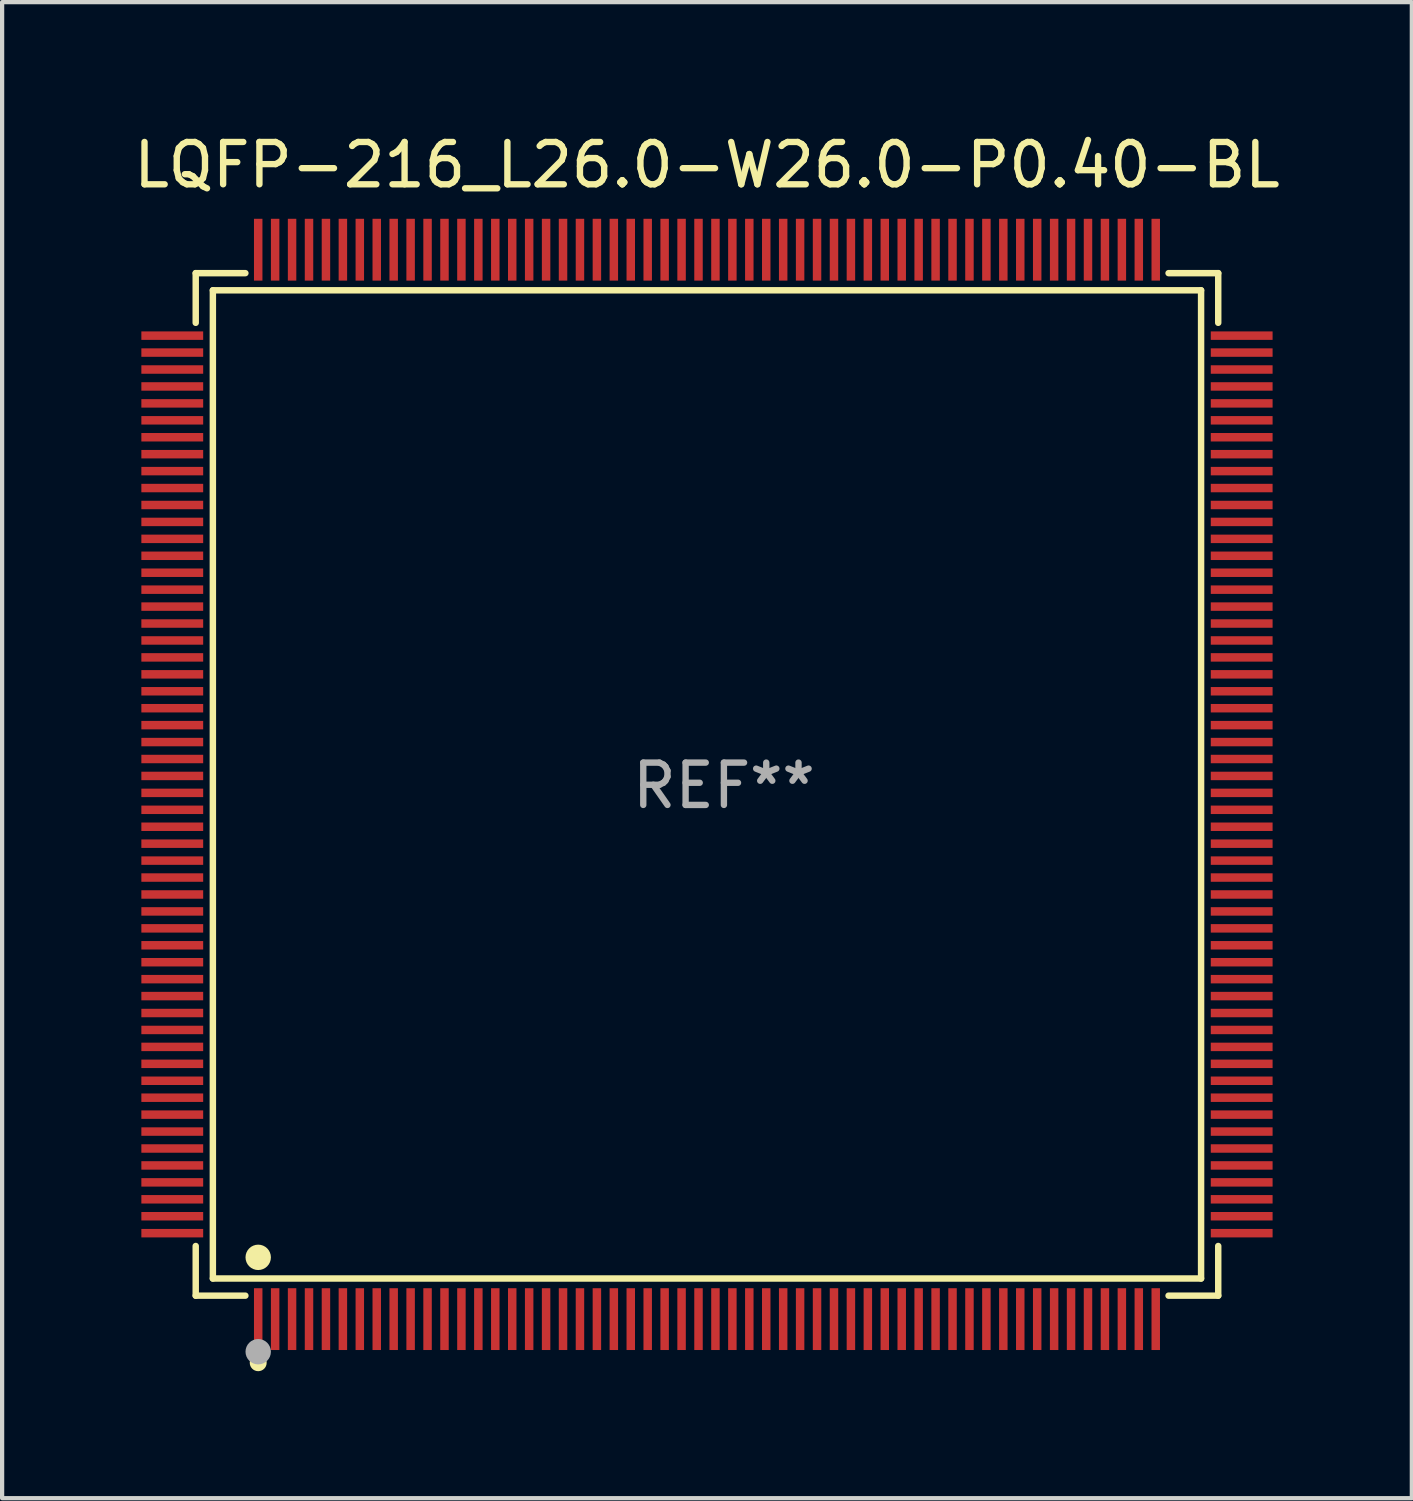
<source format=kicad_pcb>
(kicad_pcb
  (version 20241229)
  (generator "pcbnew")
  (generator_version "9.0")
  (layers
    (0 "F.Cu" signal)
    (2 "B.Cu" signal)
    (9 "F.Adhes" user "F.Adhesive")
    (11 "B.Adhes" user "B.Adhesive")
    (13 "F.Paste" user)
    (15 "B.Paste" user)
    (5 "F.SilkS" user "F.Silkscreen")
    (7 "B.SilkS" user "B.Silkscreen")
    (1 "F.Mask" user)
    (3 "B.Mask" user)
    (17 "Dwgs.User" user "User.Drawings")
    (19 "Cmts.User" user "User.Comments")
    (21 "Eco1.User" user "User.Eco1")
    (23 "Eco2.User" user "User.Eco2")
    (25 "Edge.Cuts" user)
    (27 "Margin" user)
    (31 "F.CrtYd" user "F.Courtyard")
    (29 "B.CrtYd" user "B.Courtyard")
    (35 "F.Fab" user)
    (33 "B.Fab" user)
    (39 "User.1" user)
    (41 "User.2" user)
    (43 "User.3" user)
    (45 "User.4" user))
  (footprint "LQFP-216_L26.0-W26.0-P0.40-BL"
    (layer "F.Cu")
    (at 13.649 15.478)
    (property "Reference" "LQFP-216_L26.0-W26.0-P0.40-BL" (at 0 -14.63 0) (layer "F.SilkS") (effects (font (size 1 1) (thickness 0.15))))
    (attr through_hole)
    (fp_line (start -12.076 -12.076) (end -10.903 -12.076) (stroke (width 0.152) (type solid)) (layer "F.SilkS"))
    (fp_line (start -12.076 -10.903) (end -12.076 -12.076) (stroke (width 0.152) (type solid)) (layer "F.SilkS"))
    (fp_line (start -12.076 10.903) (end -12.076 12.076) (stroke (width 0.152) (type solid)) (layer "F.SilkS"))
    (fp_line (start -12.076 12.076) (end -10.903 12.076) (stroke (width 0.152) (type solid)) (layer "F.SilkS"))
    (fp_line (start -11.671 -11.671) (end 11.671 -11.671) (stroke (width 0.152) (type solid)) (layer "F.SilkS"))
    (fp_line (start -11.671 11.671) (end -11.671 -11.671) (stroke (width 0.152) (type solid)) (layer "F.SilkS"))
    (fp_line (start 11.671 -11.671) (end 11.671 11.671) (stroke (width 0.152) (type solid)) (layer "F.SilkS"))
    (fp_line (start 11.671 11.671) (end -11.671 11.671) (stroke (width 0.152) (type solid)) (layer "F.SilkS"))
    (fp_line (start 12.076 -12.076) (end 10.903 -12.076) (stroke (width 0.152) (type solid)) (layer "F.SilkS"))
    (fp_line (start 12.076 -10.903) (end 12.076 -12.076) (stroke (width 0.152) (type solid)) (layer "F.SilkS"))
    (fp_line (start 12.076 10.903) (end 12.076 12.076) (stroke (width 0.152) (type solid)) (layer "F.SilkS"))
    (fp_line (start 12.076 12.076) (end 10.903 12.076) (stroke (width 0.152) (type solid)) (layer "F.SilkS"))
    (fp_circle (center -10.6 11.171) (end -10.45 11.171) (stroke (width 0.3) (type solid)) (fill no) (layer "F.SilkS"))
    (fp_circle (center -10.6 13.66) (end -10.5 13.66) (stroke (width 0.2) (type solid)) (fill no) (layer "F.SilkS"))
    (fp_circle (center -10.6 13.4) (end -10.45 13.4) (stroke (width 0.3) (type solid)) (fill no) (layer "F.Fab"))
    (fp_text user "REF**" (at 0.4 0.03 0) (layer "F.Fab") (effects (font (size 1 1) (thickness 0.15))))
    (pad "1" smd rect (at -10.6 12.63) (size 0.2 1.46) (layers "F.Cu" "F.Mask" "F.Paste"))
    (pad "2" smd rect (at -10.2 12.63) (size 0.2 1.46) (layers "F.Cu" "F.Mask" "F.Paste"))
    (pad "3" smd rect (at -9.8 12.63) (size 0.2 1.46) (layers "F.Cu" "F.Mask" "F.Paste"))
    (pad "4" smd rect (at -9.4 12.63) (size 0.2 1.46) (layers "F.Cu" "F.Mask" "F.Paste"))
    (pad "5" smd rect (at -9 12.63) (size 0.2 1.46) (layers "F.Cu" "F.Mask" "F.Paste"))
    (pad "6" smd rect (at -8.6 12.63) (size 0.2 1.46) (layers "F.Cu" "F.Mask" "F.Paste"))
    (pad "7" smd rect (at -8.2 12.63) (size 0.2 1.46) (layers "F.Cu" "F.Mask" "F.Paste"))
    (pad "8" smd rect (at -7.8 12.63) (size 0.2 1.46) (layers "F.Cu" "F.Mask" "F.Paste"))
    (pad "9" smd rect (at -7.4 12.63) (size 0.2 1.46) (layers "F.Cu" "F.Mask" "F.Paste"))
    (pad "10" smd rect (at -7 12.63) (size 0.2 1.46) (layers "F.Cu" "F.Mask" "F.Paste"))
    (pad "11" smd rect (at -6.6 12.63) (size 0.2 1.46) (layers "F.Cu" "F.Mask" "F.Paste"))
    (pad "12" smd rect (at -6.2 12.63) (size 0.2 1.46) (layers "F.Cu" "F.Mask" "F.Paste"))
    (pad "13" smd rect (at -5.8 12.63) (size 0.2 1.46) (layers "F.Cu" "F.Mask" "F.Paste"))
    (pad "14" smd rect (at -5.4 12.63) (size 0.2 1.46) (layers "F.Cu" "F.Mask" "F.Paste"))
    (pad "15" smd rect (at -5 12.63) (size 0.2 1.46) (layers "F.Cu" "F.Mask" "F.Paste"))
    (pad "16" smd rect (at -4.6 12.63) (size 0.2 1.46) (layers "F.Cu" "F.Mask" "F.Paste"))
    (pad "17" smd rect (at -4.2 12.63) (size 0.2 1.46) (layers "F.Cu" "F.Mask" "F.Paste"))
    (pad "18" smd rect (at -3.8 12.63) (size 0.2 1.46) (layers "F.Cu" "F.Mask" "F.Paste"))
    (pad "19" smd rect (at -3.4 12.63) (size 0.2 1.46) (layers "F.Cu" "F.Mask" "F.Paste"))
    (pad "20" smd rect (at -3 12.63) (size 0.2 1.46) (layers "F.Cu" "F.Mask" "F.Paste"))
    (pad "21" smd rect (at -2.6 12.63) (size 0.2 1.46) (layers "F.Cu" "F.Mask" "F.Paste"))
    (pad "22" smd rect (at -2.2 12.63) (size 0.2 1.46) (layers "F.Cu" "F.Mask" "F.Paste"))
    (pad "23" smd rect (at -1.8 12.63) (size 0.2 1.46) (layers "F.Cu" "F.Mask" "F.Paste"))
    (pad "24" smd rect (at -1.4 12.63) (size 0.2 1.46) (layers "F.Cu" "F.Mask" "F.Paste"))
    (pad "25" smd rect (at -1 12.63) (size 0.2 1.46) (layers "F.Cu" "F.Mask" "F.Paste"))
    (pad "26" smd rect (at -0.6 12.63) (size 0.2 1.46) (layers "F.Cu" "F.Mask" "F.Paste"))
    (pad "27" smd rect (at -0.2 12.63) (size 0.2 1.46) (layers "F.Cu" "F.Mask" "F.Paste"))
    (pad "28" smd rect (at 0.2 12.63) (size 0.2 1.46) (layers "F.Cu" "F.Mask" "F.Paste"))
    (pad "29" smd rect (at 0.6 12.63) (size 0.2 1.46) (layers "F.Cu" "F.Mask" "F.Paste"))
    (pad "30" smd rect (at 1 12.63) (size 0.2 1.46) (layers "F.Cu" "F.Mask" "F.Paste"))
    (pad "31" smd rect (at 1.4 12.63) (size 0.2 1.46) (layers "F.Cu" "F.Mask" "F.Paste"))
    (pad "32" smd rect (at 1.8 12.63) (size 0.2 1.46) (layers "F.Cu" "F.Mask" "F.Paste"))
    (pad "33" smd rect (at 2.2 12.63) (size 0.2 1.46) (layers "F.Cu" "F.Mask" "F.Paste"))
    (pad "34" smd rect (at 2.6 12.63) (size 0.2 1.46) (layers "F.Cu" "F.Mask" "F.Paste"))
    (pad "35" smd rect (at 3 12.63) (size 0.2 1.46) (layers "F.Cu" "F.Mask" "F.Paste"))
    (pad "36" smd rect (at 3.4 12.63) (size 0.2 1.46) (layers "F.Cu" "F.Mask" "F.Paste"))
    (pad "37" smd rect (at 3.8 12.63) (size 0.2 1.46) (layers "F.Cu" "F.Mask" "F.Paste"))
    (pad "38" smd rect (at 4.2 12.63) (size 0.2 1.46) (layers "F.Cu" "F.Mask" "F.Paste"))
    (pad "39" smd rect (at 4.6 12.63) (size 0.2 1.46) (layers "F.Cu" "F.Mask" "F.Paste"))
    (pad "40" smd rect (at 5 12.63) (size 0.2 1.46) (layers "F.Cu" "F.Mask" "F.Paste"))
    (pad "41" smd rect (at 5.4 12.63) (size 0.2 1.46) (layers "F.Cu" "F.Mask" "F.Paste"))
    (pad "42" smd rect (at 5.8 12.63) (size 0.2 1.46) (layers "F.Cu" "F.Mask" "F.Paste"))
    (pad "43" smd rect (at 6.2 12.63) (size 0.2 1.46) (layers "F.Cu" "F.Mask" "F.Paste"))
    (pad "44" smd rect (at 6.6 12.63) (size 0.2 1.46) (layers "F.Cu" "F.Mask" "F.Paste"))
    (pad "45" smd rect (at 7 12.63) (size 0.2 1.46) (layers "F.Cu" "F.Mask" "F.Paste"))
    (pad "46" smd rect (at 7.4 12.63) (size 0.2 1.46) (layers "F.Cu" "F.Mask" "F.Paste"))
    (pad "47" smd rect (at 7.8 12.63) (size 0.2 1.46) (layers "F.Cu" "F.Mask" "F.Paste"))
    (pad "48" smd rect (at 8.2 12.63) (size 0.2 1.46) (layers "F.Cu" "F.Mask" "F.Paste"))
    (pad "49" smd rect (at 8.6 12.63) (size 0.2 1.46) (layers "F.Cu" "F.Mask" "F.Paste"))
    (pad "50" smd rect (at 9 12.63) (size 0.2 1.46) (layers "F.Cu" "F.Mask" "F.Paste"))
    (pad "51" smd rect (at 9.4 12.63) (size 0.2 1.46) (layers "F.Cu" "F.Mask" "F.Paste"))
    (pad "52" smd rect (at 9.8 12.63) (size 0.2 1.46) (layers "F.Cu" "F.Mask" "F.Paste"))
    (pad "53" smd rect (at 10.2 12.63) (size 0.2 1.46) (layers "F.Cu" "F.Mask" "F.Paste"))
    (pad "54" smd rect (at 10.6 12.63) (size 0.2 1.46) (layers "F.Cu" "F.Mask" "F.Paste"))
    (pad "55" smd rect (at 12.63 10.6) (size 1.46 0.2) (layers "F.Cu" "F.Mask" "F.Paste"))
    (pad "56" smd rect (at 12.63 10.2) (size 1.46 0.2) (layers "F.Cu" "F.Mask" "F.Paste"))
    (pad "57" smd rect (at 12.63 9.8) (size 1.46 0.2) (layers "F.Cu" "F.Mask" "F.Paste"))
    (pad "58" smd rect (at 12.63 9.4) (size 1.46 0.2) (layers "F.Cu" "F.Mask" "F.Paste"))
    (pad "59" smd rect (at 12.63 9) (size 1.46 0.2) (layers "F.Cu" "F.Mask" "F.Paste"))
    (pad "60" smd rect (at 12.63 8.6) (size 1.46 0.2) (layers "F.Cu" "F.Mask" "F.Paste"))
    (pad "61" smd rect (at 12.63 8.2) (size 1.46 0.2) (layers "F.Cu" "F.Mask" "F.Paste"))
    (pad "62" smd rect (at 12.63 7.8) (size 1.46 0.2) (layers "F.Cu" "F.Mask" "F.Paste"))
    (pad "63" smd rect (at 12.63 7.4) (size 1.46 0.2) (layers "F.Cu" "F.Mask" "F.Paste"))
    (pad "64" smd rect (at 12.63 7) (size 1.46 0.2) (layers "F.Cu" "F.Mask" "F.Paste"))
    (pad "65" smd rect (at 12.63 6.6) (size 1.46 0.2) (layers "F.Cu" "F.Mask" "F.Paste"))
    (pad "66" smd rect (at 12.63 6.2) (size 1.46 0.2) (layers "F.Cu" "F.Mask" "F.Paste"))
    (pad "67" smd rect (at 12.63 5.8) (size 1.46 0.2) (layers "F.Cu" "F.Mask" "F.Paste"))
    (pad "68" smd rect (at 12.63 5.4) (size 1.46 0.2) (layers "F.Cu" "F.Mask" "F.Paste"))
    (pad "69" smd rect (at 12.63 5) (size 1.46 0.2) (layers "F.Cu" "F.Mask" "F.Paste"))
    (pad "70" smd rect (at 12.63 4.6) (size 1.46 0.2) (layers "F.Cu" "F.Mask" "F.Paste"))
    (pad "71" smd rect (at 12.63 4.2) (size 1.46 0.2) (layers "F.Cu" "F.Mask" "F.Paste"))
    (pad "72" smd rect (at 12.63 3.8) (size 1.46 0.2) (layers "F.Cu" "F.Mask" "F.Paste"))
    (pad "73" smd rect (at 12.63 3.4) (size 1.46 0.2) (layers "F.Cu" "F.Mask" "F.Paste"))
    (pad "74" smd rect (at 12.63 3) (size 1.46 0.2) (layers "F.Cu" "F.Mask" "F.Paste"))
    (pad "75" smd rect (at 12.63 2.6) (size 1.46 0.2) (layers "F.Cu" "F.Mask" "F.Paste"))
    (pad "76" smd rect (at 12.63 2.2) (size 1.46 0.2) (layers "F.Cu" "F.Mask" "F.Paste"))
    (pad "77" smd rect (at 12.63 1.8) (size 1.46 0.2) (layers "F.Cu" "F.Mask" "F.Paste"))
    (pad "78" smd rect (at 12.63 1.4) (size 1.46 0.2) (layers "F.Cu" "F.Mask" "F.Paste"))
    (pad "79" smd rect (at 12.63 1) (size 1.46 0.2) (layers "F.Cu" "F.Mask" "F.Paste"))
    (pad "80" smd rect (at 12.63 0.6) (size 1.46 0.2) (layers "F.Cu" "F.Mask" "F.Paste"))
    (pad "81" smd rect (at 12.63 0.2) (size 1.46 0.2) (layers "F.Cu" "F.Mask" "F.Paste"))
    (pad "82" smd rect (at 12.63 -0.2) (size 1.46 0.2) (layers "F.Cu" "F.Mask" "F.Paste"))
    (pad "83" smd rect (at 12.63 -0.6) (size 1.46 0.2) (layers "F.Cu" "F.Mask" "F.Paste"))
    (pad "84" smd rect (at 12.63 -1) (size 1.46 0.2) (layers "F.Cu" "F.Mask" "F.Paste"))
    (pad "85" smd rect (at 12.63 -1.4) (size 1.46 0.2) (layers "F.Cu" "F.Mask" "F.Paste"))
    (pad "86" smd rect (at 12.63 -1.8) (size 1.46 0.2) (layers "F.Cu" "F.Mask" "F.Paste"))
    (pad "87" smd rect (at 12.63 -2.2) (size 1.46 0.2) (layers "F.Cu" "F.Mask" "F.Paste"))
    (pad "88" smd rect (at 12.63 -2.6) (size 1.46 0.2) (layers "F.Cu" "F.Mask" "F.Paste"))
    (pad "89" smd rect (at 12.63 -3) (size 1.46 0.2) (layers "F.Cu" "F.Mask" "F.Paste"))
    (pad "90" smd rect (at 12.63 -3.4) (size 1.46 0.2) (layers "F.Cu" "F.Mask" "F.Paste"))
    (pad "91" smd rect (at 12.63 -3.8) (size 1.46 0.2) (layers "F.Cu" "F.Mask" "F.Paste"))
    (pad "92" smd rect (at 12.63 -4.2) (size 1.46 0.2) (layers "F.Cu" "F.Mask" "F.Paste"))
    (pad "93" smd rect (at 12.63 -4.6) (size 1.46 0.2) (layers "F.Cu" "F.Mask" "F.Paste"))
    (pad "94" smd rect (at 12.63 -5) (size 1.46 0.2) (layers "F.Cu" "F.Mask" "F.Paste"))
    (pad "95" smd rect (at 12.63 -5.4) (size 1.46 0.2) (layers "F.Cu" "F.Mask" "F.Paste"))
    (pad "96" smd rect (at 12.63 -5.8) (size 1.46 0.2) (layers "F.Cu" "F.Mask" "F.Paste"))
    (pad "97" smd rect (at 12.63 -6.2) (size 1.46 0.2) (layers "F.Cu" "F.Mask" "F.Paste"))
    (pad "98" smd rect (at 12.63 -6.6) (size 1.46 0.2) (layers "F.Cu" "F.Mask" "F.Paste"))
    (pad "99" smd rect (at 12.63 -7) (size 1.46 0.2) (layers "F.Cu" "F.Mask" "F.Paste"))
    (pad "100" smd rect (at 12.63 -7.4) (size 1.46 0.2) (layers "F.Cu" "F.Mask" "F.Paste"))
    (pad "101" smd rect (at 12.63 -7.8) (size 1.46 0.2) (layers "F.Cu" "F.Mask" "F.Paste"))
    (pad "102" smd rect (at 12.63 -8.2) (size 1.46 0.2) (layers "F.Cu" "F.Mask" "F.Paste"))
    (pad "103" smd rect (at 12.63 -8.6) (size 1.46 0.2) (layers "F.Cu" "F.Mask" "F.Paste"))
    (pad "104" smd rect (at 12.63 -9) (size 1.46 0.2) (layers "F.Cu" "F.Mask" "F.Paste"))
    (pad "105" smd rect (at 12.63 -9.4) (size 1.46 0.2) (layers "F.Cu" "F.Mask" "F.Paste"))
    (pad "106" smd rect (at 12.63 -9.8) (size 1.46 0.2) (layers "F.Cu" "F.Mask" "F.Paste"))
    (pad "107" smd rect (at 12.63 -10.2) (size 1.46 0.2) (layers "F.Cu" "F.Mask" "F.Paste"))
    (pad "108" smd rect (at 12.63 -10.6) (size 1.46 0.2) (layers "F.Cu" "F.Mask" "F.Paste"))
    (pad "109" smd rect (at 10.6 -12.63) (size 0.2 1.46) (layers "F.Cu" "F.Mask" "F.Paste"))
    (pad "110" smd rect (at 10.2 -12.63) (size 0.2 1.46) (layers "F.Cu" "F.Mask" "F.Paste"))
    (pad "111" smd rect (at 9.8 -12.63) (size 0.2 1.46) (layers "F.Cu" "F.Mask" "F.Paste"))
    (pad "112" smd rect (at 9.4 -12.63) (size 0.2 1.46) (layers "F.Cu" "F.Mask" "F.Paste"))
    (pad "113" smd rect (at 9 -12.63) (size 0.2 1.46) (layers "F.Cu" "F.Mask" "F.Paste"))
    (pad "114" smd rect (at 8.6 -12.63) (size 0.2 1.46) (layers "F.Cu" "F.Mask" "F.Paste"))
    (pad "115" smd rect (at 8.2 -12.63) (size 0.2 1.46) (layers "F.Cu" "F.Mask" "F.Paste"))
    (pad "116" smd rect (at 7.8 -12.63) (size 0.2 1.46) (layers "F.Cu" "F.Mask" "F.Paste"))
    (pad "117" smd rect (at 7.4 -12.63) (size 0.2 1.46) (layers "F.Cu" "F.Mask" "F.Paste"))
    (pad "118" smd rect (at 7 -12.63) (size 0.2 1.46) (layers "F.Cu" "F.Mask" "F.Paste"))
    (pad "119" smd rect (at 6.6 -12.63) (size 0.2 1.46) (layers "F.Cu" "F.Mask" "F.Paste"))
    (pad "120" smd rect (at 6.2 -12.63) (size 0.2 1.46) (layers "F.Cu" "F.Mask" "F.Paste"))
    (pad "121" smd rect (at 5.8 -12.63) (size 0.2 1.46) (layers "F.Cu" "F.Mask" "F.Paste"))
    (pad "122" smd rect (at 5.4 -12.63) (size 0.2 1.46) (layers "F.Cu" "F.Mask" "F.Paste"))
    (pad "123" smd rect (at 5 -12.63) (size 0.2 1.46) (layers "F.Cu" "F.Mask" "F.Paste"))
    (pad "124" smd rect (at 4.6 -12.63) (size 0.2 1.46) (layers "F.Cu" "F.Mask" "F.Paste"))
    (pad "125" smd rect (at 4.2 -12.63) (size 0.2 1.46) (layers "F.Cu" "F.Mask" "F.Paste"))
    (pad "126" smd rect (at 3.8 -12.63) (size 0.2 1.46) (layers "F.Cu" "F.Mask" "F.Paste"))
    (pad "127" smd rect (at 3.4 -12.63) (size 0.2 1.46) (layers "F.Cu" "F.Mask" "F.Paste"))
    (pad "128" smd rect (at 3 -12.63) (size 0.2 1.46) (layers "F.Cu" "F.Mask" "F.Paste"))
    (pad "129" smd rect (at 2.6 -12.63) (size 0.2 1.46) (layers "F.Cu" "F.Mask" "F.Paste"))
    (pad "130" smd rect (at 2.2 -12.63) (size 0.2 1.46) (layers "F.Cu" "F.Mask" "F.Paste"))
    (pad "131" smd rect (at 1.8 -12.63) (size 0.2 1.46) (layers "F.Cu" "F.Mask" "F.Paste"))
    (pad "132" smd rect (at 1.4 -12.63) (size 0.2 1.46) (layers "F.Cu" "F.Mask" "F.Paste"))
    (pad "133" smd rect (at 1 -12.63) (size 0.2 1.46) (layers "F.Cu" "F.Mask" "F.Paste"))
    (pad "134" smd rect (at 0.6 -12.63) (size 0.2 1.46) (layers "F.Cu" "F.Mask" "F.Paste"))
    (pad "135" smd rect (at 0.2 -12.63) (size 0.2 1.46) (layers "F.Cu" "F.Mask" "F.Paste"))
    (pad "136" smd rect (at -0.2 -12.63) (size 0.2 1.46) (layers "F.Cu" "F.Mask" "F.Paste"))
    (pad "137" smd rect (at -0.6 -12.63) (size 0.2 1.46) (layers "F.Cu" "F.Mask" "F.Paste"))
    (pad "138" smd rect (at -1 -12.63) (size 0.2 1.46) (layers "F.Cu" "F.Mask" "F.Paste"))
    (pad "139" smd rect (at -1.4 -12.63) (size 0.2 1.46) (layers "F.Cu" "F.Mask" "F.Paste"))
    (pad "140" smd rect (at -1.8 -12.63) (size 0.2 1.46) (layers "F.Cu" "F.Mask" "F.Paste"))
    (pad "141" smd rect (at -2.2 -12.63) (size 0.2 1.46) (layers "F.Cu" "F.Mask" "F.Paste"))
    (pad "142" smd rect (at -2.6 -12.63) (size 0.2 1.46) (layers "F.Cu" "F.Mask" "F.Paste"))
    (pad "143" smd rect (at -3 -12.63) (size 0.2 1.46) (layers "F.Cu" "F.Mask" "F.Paste"))
    (pad "144" smd rect (at -3.4 -12.63) (size 0.2 1.46) (layers "F.Cu" "F.Mask" "F.Paste"))
    (pad "145" smd rect (at -3.8 -12.63) (size 0.2 1.46) (layers "F.Cu" "F.Mask" "F.Paste"))
    (pad "146" smd rect (at -4.2 -12.63) (size 0.2 1.46) (layers "F.Cu" "F.Mask" "F.Paste"))
    (pad "147" smd rect (at -4.6 -12.63) (size 0.2 1.46) (layers "F.Cu" "F.Mask" "F.Paste"))
    (pad "148" smd rect (at -5 -12.63) (size 0.2 1.46) (layers "F.Cu" "F.Mask" "F.Paste"))
    (pad "149" smd rect (at -5.4 -12.63) (size 0.2 1.46) (layers "F.Cu" "F.Mask" "F.Paste"))
    (pad "150" smd rect (at -5.8 -12.63) (size 0.2 1.46) (layers "F.Cu" "F.Mask" "F.Paste"))
    (pad "151" smd rect (at -6.2 -12.63) (size 0.2 1.46) (layers "F.Cu" "F.Mask" "F.Paste"))
    (pad "152" smd rect (at -6.6 -12.63) (size 0.2 1.46) (layers "F.Cu" "F.Mask" "F.Paste"))
    (pad "153" smd rect (at -7 -12.63) (size 0.2 1.46) (layers "F.Cu" "F.Mask" "F.Paste"))
    (pad "154" smd rect (at -7.4 -12.63) (size 0.2 1.46) (layers "F.Cu" "F.Mask" "F.Paste"))
    (pad "155" smd rect (at -7.8 -12.63) (size 0.2 1.46) (layers "F.Cu" "F.Mask" "F.Paste"))
    (pad "156" smd rect (at -8.2 -12.63) (size 0.2 1.46) (layers "F.Cu" "F.Mask" "F.Paste"))
    (pad "157" smd rect (at -8.6 -12.63) (size 0.2 1.46) (layers "F.Cu" "F.Mask" "F.Paste"))
    (pad "158" smd rect (at -9 -12.63) (size 0.2 1.46) (layers "F.Cu" "F.Mask" "F.Paste"))
    (pad "159" smd rect (at -9.4 -12.63) (size 0.2 1.46) (layers "F.Cu" "F.Mask" "F.Paste"))
    (pad "160" smd rect (at -9.8 -12.63) (size 0.2 1.46) (layers "F.Cu" "F.Mask" "F.Paste"))
    (pad "161" smd rect (at -10.2 -12.63) (size 0.2 1.46) (layers "F.Cu" "F.Mask" "F.Paste"))
    (pad "162" smd rect (at -10.6 -12.63) (size 0.2 1.46) (layers "F.Cu" "F.Mask" "F.Paste"))
    (pad "163" smd rect (at -12.63 -10.6) (size 1.46 0.2) (layers "F.Cu" "F.Mask" "F.Paste"))
    (pad "164" smd rect (at -12.63 -10.2) (size 1.46 0.2) (layers "F.Cu" "F.Mask" "F.Paste"))
    (pad "165" smd rect (at -12.63 -9.8) (size 1.46 0.2) (layers "F.Cu" "F.Mask" "F.Paste"))
    (pad "166" smd rect (at -12.63 -9.4) (size 1.46 0.2) (layers "F.Cu" "F.Mask" "F.Paste"))
    (pad "167" smd rect (at -12.63 -9) (size 1.46 0.2) (layers "F.Cu" "F.Mask" "F.Paste"))
    (pad "168" smd rect (at -12.63 -8.6) (size 1.46 0.2) (layers "F.Cu" "F.Mask" "F.Paste"))
    (pad "169" smd rect (at -12.63 -8.2) (size 1.46 0.2) (layers "F.Cu" "F.Mask" "F.Paste"))
    (pad "170" smd rect (at -12.63 -7.8) (size 1.46 0.2) (layers "F.Cu" "F.Mask" "F.Paste"))
    (pad "171" smd rect (at -12.63 -7.4) (size 1.46 0.2) (layers "F.Cu" "F.Mask" "F.Paste"))
    (pad "172" smd rect (at -12.63 -7) (size 1.46 0.2) (layers "F.Cu" "F.Mask" "F.Paste"))
    (pad "173" smd rect (at -12.63 -6.6) (size 1.46 0.2) (layers "F.Cu" "F.Mask" "F.Paste"))
    (pad "174" smd rect (at -12.63 -6.2) (size 1.46 0.2) (layers "F.Cu" "F.Mask" "F.Paste"))
    (pad "175" smd rect (at -12.63 -5.8) (size 1.46 0.2) (layers "F.Cu" "F.Mask" "F.Paste"))
    (pad "176" smd rect (at -12.63 -5.4) (size 1.46 0.2) (layers "F.Cu" "F.Mask" "F.Paste"))
    (pad "177" smd rect (at -12.63 -5) (size 1.46 0.2) (layers "F.Cu" "F.Mask" "F.Paste"))
    (pad "178" smd rect (at -12.63 -4.6) (size 1.46 0.2) (layers "F.Cu" "F.Mask" "F.Paste"))
    (pad "179" smd rect (at -12.63 -4.2) (size 1.46 0.2) (layers "F.Cu" "F.Mask" "F.Paste"))
    (pad "180" smd rect (at -12.63 -3.8) (size 1.46 0.2) (layers "F.Cu" "F.Mask" "F.Paste"))
    (pad "181" smd rect (at -12.63 -3.4) (size 1.46 0.2) (layers "F.Cu" "F.Mask" "F.Paste"))
    (pad "182" smd rect (at -12.63 -3) (size 1.46 0.2) (layers "F.Cu" "F.Mask" "F.Paste"))
    (pad "183" smd rect (at -12.63 -2.6) (size 1.46 0.2) (layers "F.Cu" "F.Mask" "F.Paste"))
    (pad "184" smd rect (at -12.63 -2.2) (size 1.46 0.2) (layers "F.Cu" "F.Mask" "F.Paste"))
    (pad "185" smd rect (at -12.63 -1.8) (size 1.46 0.2) (layers "F.Cu" "F.Mask" "F.Paste"))
    (pad "186" smd rect (at -12.63 -1.4) (size 1.46 0.2) (layers "F.Cu" "F.Mask" "F.Paste"))
    (pad "187" smd rect (at -12.63 -1) (size 1.46 0.2) (layers "F.Cu" "F.Mask" "F.Paste"))
    (pad "188" smd rect (at -12.63 -0.6) (size 1.46 0.2) (layers "F.Cu" "F.Mask" "F.Paste"))
    (pad "189" smd rect (at -12.63 -0.2) (size 1.46 0.2) (layers "F.Cu" "F.Mask" "F.Paste"))
    (pad "190" smd rect (at -12.63 0.2) (size 1.46 0.2) (layers "F.Cu" "F.Mask" "F.Paste"))
    (pad "191" smd rect (at -12.63 0.6) (size 1.46 0.2) (layers "F.Cu" "F.Mask" "F.Paste"))
    (pad "192" smd rect (at -12.63 1) (size 1.46 0.2) (layers "F.Cu" "F.Mask" "F.Paste"))
    (pad "193" smd rect (at -12.63 1.4) (size 1.46 0.2) (layers "F.Cu" "F.Mask" "F.Paste"))
    (pad "194" smd rect (at -12.63 1.8) (size 1.46 0.2) (layers "F.Cu" "F.Mask" "F.Paste"))
    (pad "195" smd rect (at -12.63 2.2) (size 1.46 0.2) (layers "F.Cu" "F.Mask" "F.Paste"))
    (pad "196" smd rect (at -12.63 2.6) (size 1.46 0.2) (layers "F.Cu" "F.Mask" "F.Paste"))
    (pad "197" smd rect (at -12.63 3) (size 1.46 0.2) (layers "F.Cu" "F.Mask" "F.Paste"))
    (pad "198" smd rect (at -12.63 3.4) (size 1.46 0.2) (layers "F.Cu" "F.Mask" "F.Paste"))
    (pad "199" smd rect (at -12.63 3.8) (size 1.46 0.2) (layers "F.Cu" "F.Mask" "F.Paste"))
    (pad "200" smd rect (at -12.63 4.2) (size 1.46 0.2) (layers "F.Cu" "F.Mask" "F.Paste"))
    (pad "201" smd rect (at -12.63 4.6) (size 1.46 0.2) (layers "F.Cu" "F.Mask" "F.Paste"))
    (pad "202" smd rect (at -12.63 5) (size 1.46 0.2) (layers "F.Cu" "F.Mask" "F.Paste"))
    (pad "203" smd rect (at -12.63 5.4) (size 1.46 0.2) (layers "F.Cu" "F.Mask" "F.Paste"))
    (pad "204" smd rect (at -12.63 5.8) (size 1.46 0.2) (layers "F.Cu" "F.Mask" "F.Paste"))
    (pad "205" smd rect (at -12.63 6.2) (size 1.46 0.2) (layers "F.Cu" "F.Mask" "F.Paste"))
    (pad "206" smd rect (at -12.63 6.6) (size 1.46 0.2) (layers "F.Cu" "F.Mask" "F.Paste"))
    (pad "207" smd rect (at -12.63 7) (size 1.46 0.2) (layers "F.Cu" "F.Mask" "F.Paste"))
    (pad "208" smd rect (at -12.63 7.4) (size 1.46 0.2) (layers "F.Cu" "F.Mask" "F.Paste"))
    (pad "209" smd rect (at -12.63 7.8) (size 1.46 0.2) (layers "F.Cu" "F.Mask" "F.Paste"))
    (pad "210" smd rect (at -12.63 8.2) (size 1.46 0.2) (layers "F.Cu" "F.Mask" "F.Paste"))
    (pad "211" smd rect (at -12.63 8.6) (size 1.46 0.2) (layers "F.Cu" "F.Mask" "F.Paste"))
    (pad "212" smd rect (at -12.63 9) (size 1.46 0.2) (layers "F.Cu" "F.Mask" "F.Paste"))
    (pad "213" smd rect (at -12.63 9.4) (size 1.46 0.2) (layers "F.Cu" "F.Mask" "F.Paste"))
    (pad "214" smd rect (at -12.63 9.8) (size 1.46 0.2) (layers "F.Cu" "F.Mask" "F.Paste"))
    (pad "215" smd rect (at -12.63 10.2) (size 1.46 0.2) (layers "F.Cu" "F.Mask" "F.Paste"))
    (pad "216" smd rect (at -12.63 10.6) (size 1.46 0.2) (layers "F.Cu" "F.Mask" "F.Paste")))
  (gr_rect
    (start -3 -3)
    (end 30.298 32.338)
    (stroke (width 0.1) (type default))
    (fill no)
    (layer "Edge.Cuts")))
</source>
